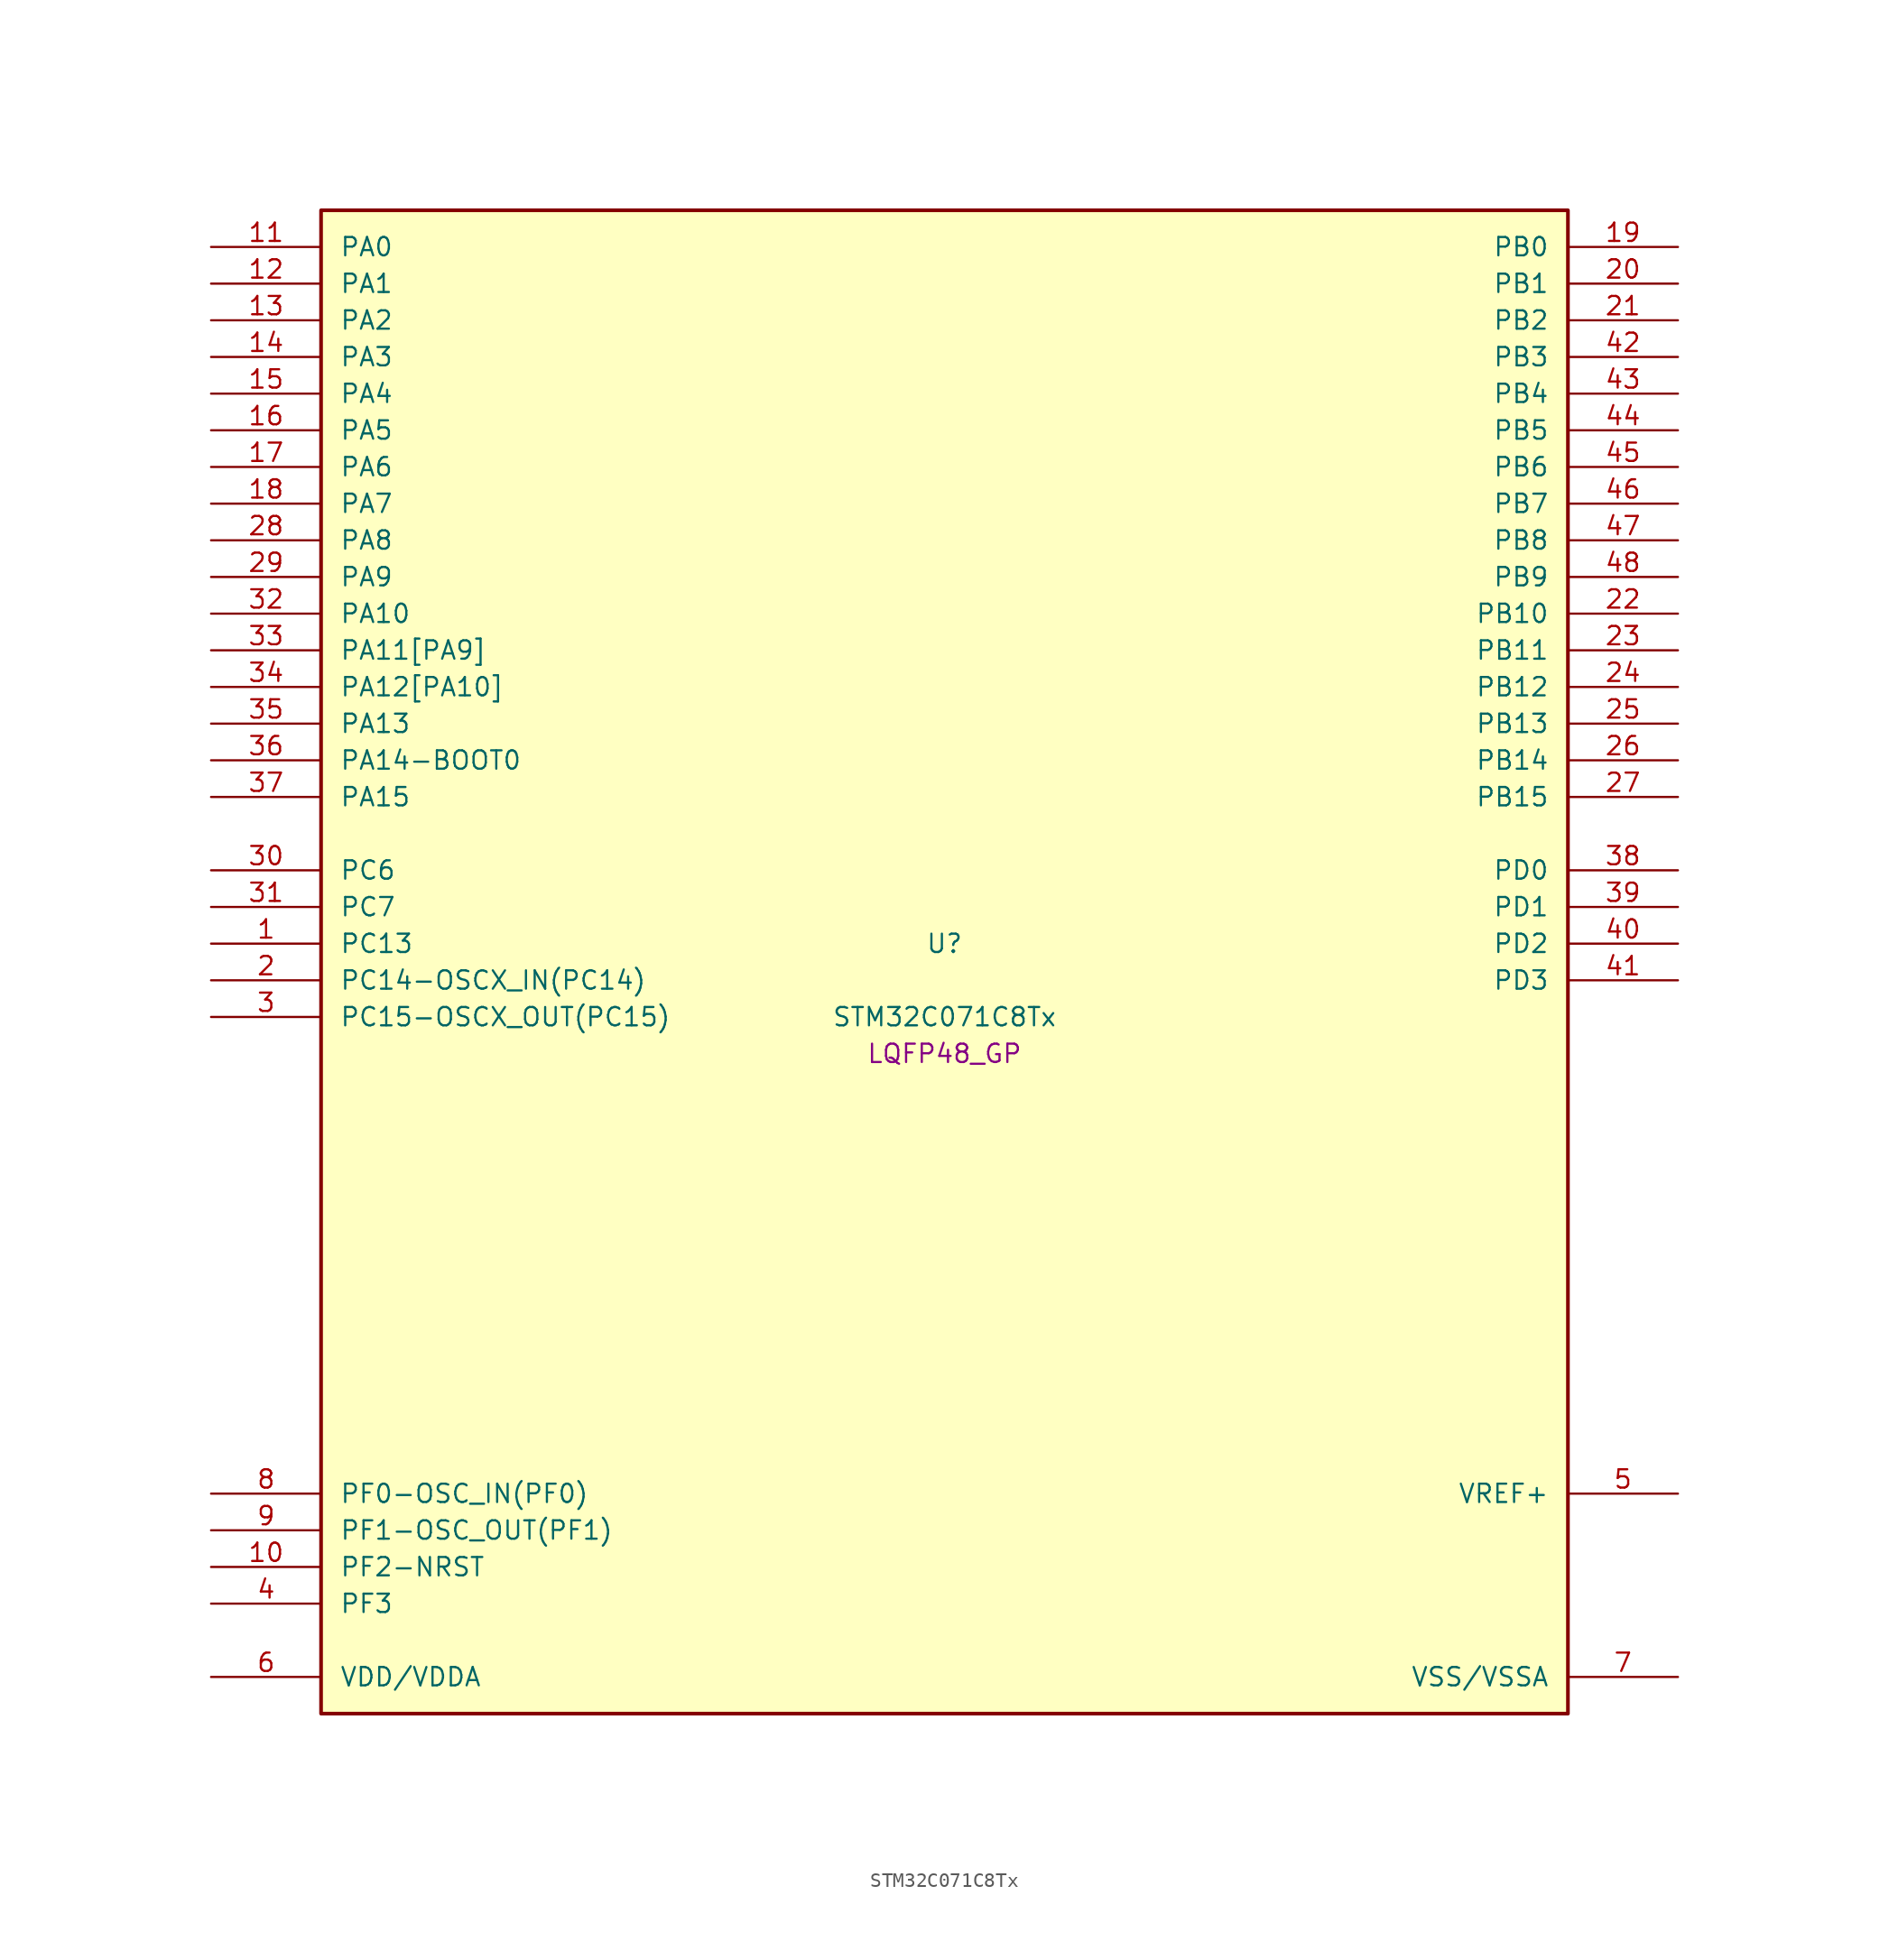
<source format=kicad_sym>
(kicad_symbol_lib
  (version 20241209)
  (generator "stm32_pkl_generator")
  (generator_version "1.0")
  (symbol "STM32C071C8Tx"
    (pin_names
      (offset 1.27))
    (property "Reference" "U"
      (at 0 2.54 0))
    (property "Value" "STM32C071C8Tx"
      (at 0 -2.54 0))
    (property "Footprint" "LQFP48_GP"
      (at 0 -5.08 0))
    (symbol "STM32C071C8Tx_1_1"
      (rectangle (start -43.18 53.34) (end 43.18 -50.8) (stroke (width 0.254) (type solid)) (fill (type background)))
      (pin bidirectional line (at -50.8 50.8 0) (length 7.62) (name "PA0") (number "11") (alternate "PA0/ADC1_IN0" bidirectional line) (alternate "PA0/PWR_WKUP1" bidirectional line) (alternate "PA0/SPI2_SCK" bidirectional line) (alternate "PA0/TIM16_CH1" bidirectional line) (alternate "PA0/TIM1_CH1" bidirectional line) (alternate "PA0/TIM2_CH1" bidirectional line) (alternate "PA0/TIM2_ETR" bidirectional line) (alternate "PA0/USART1_TX" bidirectional line) (alternate "PA0/USART2_CTS" bidirectional line) (alternate "PA0/USART2_NSS" bidirectional line))
      (pin bidirectional line (at -50.8 48.26 0) (length 7.62) (name "PA1") (number "12") (alternate "PA1/ADC1_IN1" bidirectional line) (alternate "PA1/I2C1_SMBA" bidirectional line) (alternate "PA1/I2S1_CK" bidirectional line) (alternate "PA1/SPI1_SCK" bidirectional line) (alternate "PA1/TIM17_CH1" bidirectional line) (alternate "PA1/TIM1_CH2" bidirectional line) (alternate "PA1/TIM2_CH2" bidirectional line) (alternate "PA1/USART1_RX" bidirectional line) (alternate "PA1/USART2_CK" bidirectional line) (alternate "PA1/USART2_DE" bidirectional line) (alternate "PA1/USART2_RTS" bidirectional line))
      (pin bidirectional line (at -50.8 45.72 0) (length 7.62) (name "PA2") (number "13") (alternate "PA2/ADC1_IN2" bidirectional line) (alternate "PA2/I2S1_SD" bidirectional line) (alternate "PA2/PWR_WKUP4" bidirectional line) (alternate "PA2/RCC_LSCO" bidirectional line) (alternate "PA2/SPI1_MOSI" bidirectional line) (alternate "PA2/TIM16_CH1N" bidirectional line) (alternate "PA2/TIM1_CH3" bidirectional line) (alternate "PA2/TIM2_CH3" bidirectional line) (alternate "PA2/TIM3_ETR" bidirectional line) (alternate "PA2/USART2_TX" bidirectional line))
      (pin bidirectional line (at -50.8 43.18 0) (length 7.62) (name "PA3") (number "14") (alternate "PA3/ADC1_IN3" bidirectional line) (alternate "PA3/SPI2_MISO" bidirectional line) (alternate "PA3/TIM1_CH1N" bidirectional line) (alternate "PA3/TIM1_CH4" bidirectional line) (alternate "PA3/TIM2_CH4" bidirectional line) (alternate "PA3/USART2_RX" bidirectional line))
      (pin bidirectional line (at -50.8 40.64 0) (length 7.62) (name "PA4") (number "15") (alternate "PA4/ADC1_IN4" bidirectional line) (alternate "PA4/I2S1_WS" bidirectional line) (alternate "PA4/RTC_OUT2" bidirectional line) (alternate "PA4/SPI1_NSS" bidirectional line) (alternate "PA4/SPI2_MOSI" bidirectional line) (alternate "PA4/TIM14_CH1" bidirectional line) (alternate "PA4/TIM17_CH1N" bidirectional line) (alternate "PA4/TIM1_CH2N" bidirectional line) (alternate "PA4/USART2_TX" bidirectional line) (alternate "PA4/USB_NOE" bidirectional line))
      (pin bidirectional line (at -50.8 38.1 0) (length 7.62) (name "PA5") (number "16") (alternate "PA5/ADC1_IN5" bidirectional line) (alternate "PA5/I2S1_CK" bidirectional line) (alternate "PA5/SPI1_SCK" bidirectional line) (alternate "PA5/TIM1_CH1" bidirectional line) (alternate "PA5/TIM1_CH3N" bidirectional line) (alternate "PA5/TIM2_CH1" bidirectional line) (alternate "PA5/TIM2_ETR" bidirectional line) (alternate "PA5/USART2_RX" bidirectional line))
      (pin bidirectional line (at -50.8 35.56 0) (length 7.62) (name "PA6") (number "17") (alternate "PA6/ADC1_IN6" bidirectional line) (alternate "PA6/I2C2_SDA" bidirectional line) (alternate "PA6/I2S1_MCK" bidirectional line) (alternate "PA6/SPI1_MISO" bidirectional line) (alternate "PA6/TIM16_CH1" bidirectional line) (alternate "PA6/TIM1_BKIN" bidirectional line) (alternate "PA6/TIM3_CH1" bidirectional line))
      (pin bidirectional line (at -50.8 33.02 0) (length 7.62) (name "PA7") (number "18") (alternate "PA7/ADC1_IN7" bidirectional line) (alternate "PA7/I2C2_SCL" bidirectional line) (alternate "PA7/I2S1_SD" bidirectional line) (alternate "PA7/SPI1_MOSI" bidirectional line) (alternate "PA7/TIM14_CH1" bidirectional line) (alternate "PA7/TIM17_CH1" bidirectional line) (alternate "PA7/TIM1_CH1N" bidirectional line) (alternate "PA7/TIM3_CH2" bidirectional line))
      (pin bidirectional line (at -50.8 30.48 0) (length 7.62) (name "PA8") (number "28") (alternate "PA8/ADC1_IN8" bidirectional line) (alternate "PA8/CRS_SYNC" bidirectional line) (alternate "PA8/I2S1_WS" bidirectional line) (alternate "PA8/RCC_MCO" bidirectional line) (alternate "PA8/RCC_MCO_2" bidirectional line) (alternate "PA8/SPI1_NSS" bidirectional line) (alternate "PA8/SPI2_MISO" bidirectional line) (alternate "PA8/SPI2_NSS" bidirectional line) (alternate "PA8/TIM14_CH1" bidirectional line) (alternate "PA8/TIM1_CH1" bidirectional line) (alternate "PA8/TIM1_CH2N" bidirectional line) (alternate "PA8/TIM1_CH3N" bidirectional line) (alternate "PA8/TIM3_CH3" bidirectional line) (alternate "PA8/TIM3_CH4" bidirectional line) (alternate "PA8/USART1_RX" bidirectional line) (alternate "PA8/USART2_TX" bidirectional line))
      (pin bidirectional line (at -50.8 27.94 0) (length 7.62) (name "PA9") (number "29") (alternate "PA9/I2C1_SCL" bidirectional line) (alternate "PA9/I2C2_SCL" bidirectional line) (alternate "PA9/RCC_MCO" bidirectional line) (alternate "PA9/SPI2_MISO" bidirectional line) (alternate "PA9/TIM1_CH2" bidirectional line) (alternate "PA9/TIM3_ETR" bidirectional line) (alternate "PA9/USART1_TX" bidirectional line) (alternate "PA9/NC" bidirectional line))
      (pin bidirectional line (at -50.8 25.4 0) (length 7.62) (name "PA10") (number "32") (alternate "PA10/I2C1_SDA" bidirectional line) (alternate "PA10/I2C2_SDA" bidirectional line) (alternate "PA10/RCC_MCO_2" bidirectional line) (alternate "PA10/SPI2_MOSI" bidirectional line) (alternate "PA10/TIM17_BKIN" bidirectional line) (alternate "PA10/TIM1_CH3" bidirectional line) (alternate "PA10/USART1_RX" bidirectional line) (alternate "PA10/NC" bidirectional line))
      (pin bidirectional line (at -50.8 22.86 0) (length 7.62) (name "PA11[PA9]") (number "33") (alternate "PA11[PA9]/ADC1_EXTI11" bidirectional line) (alternate "PA11[PA9]/I2C2_SCL" bidirectional line) (alternate "PA11[PA9]/I2S1_MCK" bidirectional line) (alternate "PA11[PA9]/SPI1_MISO" bidirectional line) (alternate "PA11[PA9]/TIM1_BKIN2" bidirectional line) (alternate "PA11[PA9]/TIM1_CH4" bidirectional line) (alternate "PA11[PA9]/USART1_CTS" bidirectional line) (alternate "PA11[PA9]/USART1_NSS" bidirectional line) (alternate "PA11[PA9]/USB_DM" bidirectional line) (alternate "PA11[PA9]/PA9[PA11]" bidirectional line) (alternate "PA11[PA9]/I2C1_SCL" bidirectional line) (alternate "PA11[PA9]/RCC_MCO" bidirectional line) (alternate "PA11[PA9]/SPI2_MISO" bidirectional line) (alternate "PA11[PA9]/TIM1_CH2" bidirectional line) (alternate "PA11[PA9]/TIM3_ETR" bidirectional line) (alternate "PA11[PA9]/USART1_TX" bidirectional line))
      (pin bidirectional line (at -50.8 20.32 0) (length 7.62) (name "PA12[PA10]") (number "34") (alternate "PA12[PA10]/I2C2_SDA" bidirectional line) (alternate "PA12[PA10]/I2S1_SD" bidirectional line) (alternate "PA12[PA10]/I2S_CKIN" bidirectional line) (alternate "PA12[PA10]/SPI1_MOSI" bidirectional line) (alternate "PA12[PA10]/TIM1_ETR" bidirectional line) (alternate "PA12[PA10]/USART1_CK" bidirectional line) (alternate "PA12[PA10]/USART1_DE" bidirectional line) (alternate "PA12[PA10]/USART1_RTS" bidirectional line) (alternate "PA12[PA10]/USB_DP" bidirectional line) (alternate "PA12[PA10]/PA10[PA12]" bidirectional line) (alternate "PA12[PA10]/I2C1_SDA" bidirectional line) (alternate "PA12[PA10]/RCC_MCO_2" bidirectional line) (alternate "PA12[PA10]/SPI2_MOSI" bidirectional line) (alternate "PA12[PA10]/TIM17_BKIN" bidirectional line) (alternate "PA12[PA10]/TIM1_CH3" bidirectional line) (alternate "PA12[PA10]/USART1_RX" bidirectional line))
      (pin bidirectional line (at -50.8 17.78 0) (length 7.62) (name "PA13") (number "35") (alternate "PA13/ADC1_IN13" bidirectional line) (alternate "PA13/DEBUG_SWDIO" bidirectional line) (alternate "PA13/IR_OUT" bidirectional line) (alternate "PA13/TIM3_ETR" bidirectional line) (alternate "PA13/USART2_RX" bidirectional line) (alternate "PA13/USB_NOE" bidirectional line))
      (pin bidirectional line (at -50.8 15.24 0) (length 7.62) (name "PA14-BOOT0") (number "36") (alternate "PA14-BOOT0/ADC1_IN14" bidirectional line) (alternate "PA14-BOOT0/DEBUG_SWCLK" bidirectional line) (alternate "PA14-BOOT0/I2S1_WS" bidirectional line) (alternate "PA14-BOOT0/RCC_MCO_2" bidirectional line) (alternate "PA14-BOOT0/SPI1_NSS" bidirectional line) (alternate "PA14-BOOT0/TIM1_CH1" bidirectional line) (alternate "PA14-BOOT0/USART1_CK" bidirectional line) (alternate "PA14-BOOT0/USART1_DE" bidirectional line) (alternate "PA14-BOOT0/USART1_RTS" bidirectional line) (alternate "PA14-BOOT0/USART2_RX" bidirectional line) (alternate "PA14-BOOT0/USART2_TX" bidirectional line))
      (pin bidirectional line (at -50.8 12.7 0) (length 7.62) (name "PA15") (number "37") (alternate "PA15/I2S1_WS" bidirectional line) (alternate "PA15/RCC_MCO_2" bidirectional line) (alternate "PA15/SPI1_NSS" bidirectional line) (alternate "PA15/TIM1_CH1" bidirectional line) (alternate "PA15/TIM2_CH1" bidirectional line) (alternate "PA15/TIM2_ETR" bidirectional line) (alternate "PA15/USART1_CK" bidirectional line) (alternate "PA15/USART1_DE" bidirectional line) (alternate "PA15/USART1_RTS" bidirectional line) (alternate "PA15/USART2_RX" bidirectional line) (alternate "PA15/USB_NOE" bidirectional line))
      (pin bidirectional line (at 50.8 50.8 180) (length 7.62) (name "PB0") (number "19") (alternate "PB0/ADC1_IN17" bidirectional line) (alternate "PB0/I2S1_WS" bidirectional line) (alternate "PB0/SPI1_NSS" bidirectional line) (alternate "PB0/TIM1_CH2N" bidirectional line) (alternate "PB0/TIM3_CH3" bidirectional line))
      (pin bidirectional line (at 50.8 48.26 180) (length 7.62) (name "PB1") (number "20") (alternate "PB1/ADC1_IN18" bidirectional line) (alternate "PB1/TIM14_CH1" bidirectional line) (alternate "PB1/TIM1_CH2N" bidirectional line) (alternate "PB1/TIM1_CH3N" bidirectional line) (alternate "PB1/TIM3_CH4" bidirectional line))
      (pin bidirectional line (at 50.8 45.72 180) (length 7.62) (name "PB2") (number "21") (alternate "PB2/ADC1_IN19" bidirectional line) (alternate "PB2/RCC_MCO_2" bidirectional line) (alternate "PB2/SPI2_MISO" bidirectional line) (alternate "PB2/USART1_RX" bidirectional line))
      (pin bidirectional line (at 50.8 43.18 180) (length 7.62) (name "PB3") (number "42") (alternate "PB3/I2C2_SCL" bidirectional line) (alternate "PB3/I2S1_CK" bidirectional line) (alternate "PB3/SPI1_SCK" bidirectional line) (alternate "PB3/TIM1_CH2" bidirectional line) (alternate "PB3/TIM2_CH2" bidirectional line) (alternate "PB3/TIM3_CH2" bidirectional line) (alternate "PB3/USART1_CK" bidirectional line) (alternate "PB3/USART1_DE" bidirectional line) (alternate "PB3/USART1_RTS" bidirectional line))
      (pin bidirectional line (at 50.8 40.64 180) (length 7.62) (name "PB4") (number "43") (alternate "PB4/I2C2_SDA" bidirectional line) (alternate "PB4/I2S1_MCK" bidirectional line) (alternate "PB4/SPI1_MISO" bidirectional line) (alternate "PB4/TIM17_BKIN" bidirectional line) (alternate "PB4/TIM3_CH1" bidirectional line) (alternate "PB4/USART1_CTS" bidirectional line) (alternate "PB4/USART1_NSS" bidirectional line))
      (pin bidirectional line (at 50.8 38.1 180) (length 7.62) (name "PB5") (number "44") (alternate "PB5/I2C1_SMBA" bidirectional line) (alternate "PB5/I2S1_SD" bidirectional line) (alternate "PB5/PWR_WKUP6" bidirectional line) (alternate "PB5/SPI1_MOSI" bidirectional line) (alternate "PB5/TIM16_BKIN" bidirectional line) (alternate "PB5/TIM3_CH2" bidirectional line) (alternate "PB5/TIM3_CH3" bidirectional line))
      (pin bidirectional line (at 50.8 35.56 180) (length 7.62) (name "PB6") (number "45") (alternate "PB6/I2C1_SCL" bidirectional line) (alternate "PB6/I2C1_SMBA" bidirectional line) (alternate "PB6/I2S1_CK" bidirectional line) (alternate "PB6/I2S1_MCK" bidirectional line) (alternate "PB6/I2S1_SD" bidirectional line) (alternate "PB6/PWR_WKUP3" bidirectional line) (alternate "PB6/SPI1_MISO" bidirectional line) (alternate "PB6/SPI1_MOSI" bidirectional line) (alternate "PB6/SPI1_SCK" bidirectional line) (alternate "PB6/SPI2_MISO" bidirectional line) (alternate "PB6/TIM16_BKIN" bidirectional line) (alternate "PB6/TIM16_CH1N" bidirectional line) (alternate "PB6/TIM17_BKIN" bidirectional line) (alternate "PB6/TIM1_CH2" bidirectional line) (alternate "PB6/TIM1_CH3" bidirectional line) (alternate "PB6/TIM3_CH1" bidirectional line) (alternate "PB6/TIM3_CH2" bidirectional line) (alternate "PB6/TIM3_CH3" bidirectional line) (alternate "PB6/USART1_CTS" bidirectional line) (alternate "PB6/USART1_NSS" bidirectional line) (alternate "PB6/USART1_TX" bidirectional line))
      (pin bidirectional line (at 50.8 33.02 180) (length 7.62) (name "PB7") (number "46") (alternate "PB7/I2C1_SCL" bidirectional line) (alternate "PB7/I2C1_SDA" bidirectional line) (alternate "PB7/SPI2_MOSI" bidirectional line) (alternate "PB7/TIM16_CH1" bidirectional line) (alternate "PB7/TIM17_CH1N" bidirectional line) (alternate "PB7/TIM1_CH4" bidirectional line) (alternate "PB7/TIM3_CH1" bidirectional line) (alternate "PB7/TIM3_CH4" bidirectional line) (alternate "PB7/USART1_RX" bidirectional line) (alternate "PB7/USART2_CTS" bidirectional line) (alternate "PB7/USART2_NSS" bidirectional line))
      (pin bidirectional line (at 50.8 30.48 180) (length 7.62) (name "PB8") (number "47") (alternate "PB8/I2C1_SCL" bidirectional line) (alternate "PB8/SPI2_SCK" bidirectional line) (alternate "PB8/TIM16_CH1" bidirectional line) (alternate "PB8/TIM3_CH1" bidirectional line) (alternate "PB8/USART2_CTS" bidirectional line) (alternate "PB8/USART2_NSS" bidirectional line))
      (pin bidirectional line (at 50.8 27.94 180) (length 7.62) (name "PB9") (number "48") (alternate "PB9/I2C1_SDA" bidirectional line) (alternate "PB9/IR_OUT" bidirectional line) (alternate "PB9/SPI2_NSS" bidirectional line) (alternate "PB9/TIM17_CH1" bidirectional line) (alternate "PB9/TIM3_CH2" bidirectional line) (alternate "PB9/USART2_CK" bidirectional line) (alternate "PB9/USART2_DE" bidirectional line) (alternate "PB9/USART2_RTS" bidirectional line))
      (pin bidirectional line (at 50.8 25.4 180) (length 7.62) (name "PB10") (number "22") (alternate "PB10/ADC1_IN20" bidirectional line) (alternate "PB10/I2C2_SCL" bidirectional line) (alternate "PB10/SPI2_SCK" bidirectional line) (alternate "PB10/TIM2_CH3" bidirectional line))
      (pin bidirectional line (at 50.8 22.86 180) (length 7.62) (name "PB11") (number "23") (alternate "PB11/ADC1_EXTI11" bidirectional line) (alternate "PB11/ADC1_IN21" bidirectional line) (alternate "PB11/I2C2_SDA" bidirectional line) (alternate "PB11/SPI2_MOSI" bidirectional line) (alternate "PB11/TIM2_CH4" bidirectional line))
      (pin bidirectional line (at 50.8 20.32 180) (length 7.62) (name "PB12") (number "24") (alternate "PB12/ADC1_IN22" bidirectional line) (alternate "PB12/SPI2_NSS" bidirectional line) (alternate "PB12/TIM1_BKIN" bidirectional line) (alternate "PB12/TIM1_BKIN2" bidirectional line))
      (pin bidirectional line (at 50.8 17.78 180) (length 7.62) (name "PB13") (number "25") (alternate "PB13/I2C2_SCL" bidirectional line) (alternate "PB13/SPI2_SCK" bidirectional line) (alternate "PB13/TIM1_CH1N" bidirectional line))
      (pin bidirectional line (at 50.8 15.24 180) (length 7.62) (name "PB14") (number "26") (alternate "PB14/I2C2_SDA" bidirectional line) (alternate "PB14/SPI2_MISO" bidirectional line) (alternate "PB14/TIM1_CH2N" bidirectional line))
      (pin bidirectional line (at 50.8 12.7 180) (length 7.62) (name "PB15") (number "27") (alternate "PB15/RTC_REFIN" bidirectional line) (alternate "PB15/SPI2_MOSI" bidirectional line) (alternate "PB15/TIM1_CH3N" bidirectional line))
      (pin bidirectional line (at -50.8 7.62 0) (length 7.62) (name "PC6") (number "30") (alternate "PC6/TIM2_CH3" bidirectional line) (alternate "PC6/TIM3_CH1" bidirectional line))
      (pin bidirectional line (at -50.8 5.08 0) (length 7.62) (name "PC7") (number "31") (alternate "PC7/TIM2_CH4" bidirectional line) (alternate "PC7/TIM3_CH2" bidirectional line))
      (pin bidirectional line (at -50.8 2.54 0) (length 7.62) (name "PC13") (number "1") (alternate "PC13/PWR_WKUP2" bidirectional line) (alternate "PC13/RTC_OUT1" bidirectional line) (alternate "PC13/RTC_TS" bidirectional line) (alternate "PC13/TIM1_BKIN" bidirectional line) (alternate "PC13/TIM1_ETR" bidirectional line))
      (pin bidirectional line (at -50.8 0 0) (length 7.62) (name "PC14-OSCX_IN(PC14)") (number "2") (alternate "PC14-OSCX_IN(PC14)/I2C1_SDA" bidirectional line) (alternate "PC14-OSCX_IN(PC14)/IR_OUT" bidirectional line) (alternate "PC14-OSCX_IN(PC14)/RCC_OSCX_IN" bidirectional line) (alternate "PC14-OSCX_IN(PC14)/SPI2_NSS" bidirectional line) (alternate "PC14-OSCX_IN(PC14)/TIM17_CH1" bidirectional line) (alternate "PC14-OSCX_IN(PC14)/TIM1_BKIN2" bidirectional line) (alternate "PC14-OSCX_IN(PC14)/TIM1_ETR" bidirectional line) (alternate "PC14-OSCX_IN(PC14)/TIM3_CH2" bidirectional line) (alternate "PC14-OSCX_IN(PC14)/USART1_TX" bidirectional line) (alternate "PC14-OSCX_IN(PC14)/USART2_CK" bidirectional line) (alternate "PC14-OSCX_IN(PC14)/USART2_DE" bidirectional line) (alternate "PC14-OSCX_IN(PC14)/USART2_RTS" bidirectional line))
      (pin bidirectional line (at -50.8 -2.54 0) (length 7.62) (name "PC15-OSCX_OUT(PC15)") (number "3") (alternate "PC15-OSCX_OUT(PC15)/RCC_OSC32_EN" bidirectional line) (alternate "PC15-OSCX_OUT(PC15)/RCC_OSCX_OUT" bidirectional line) (alternate "PC15-OSCX_OUT(PC15)/RCC_OSC_EN" bidirectional line) (alternate "PC15-OSCX_OUT(PC15)/TIM1_ETR" bidirectional line) (alternate "PC15-OSCX_OUT(PC15)/TIM3_CH3" bidirectional line))
      (pin bidirectional line (at 50.8 7.62 180) (length 7.62) (name "PD0") (number "38") (alternate "PD0/SPI2_NSS" bidirectional line) (alternate "PD0/TIM16_CH1" bidirectional line))
      (pin bidirectional line (at 50.8 5.08 180) (length 7.62) (name "PD1") (number "39") (alternate "PD1/SPI2_SCK" bidirectional line) (alternate "PD1/TIM17_CH1" bidirectional line))
      (pin bidirectional line (at 50.8 2.54 180) (length 7.62) (name "PD2") (number "40") (alternate "PD2/TIM1_CH1N" bidirectional line) (alternate "PD2/TIM3_ETR" bidirectional line))
      (pin bidirectional line (at 50.8 0 180) (length 7.62) (name "PD3") (number "41") (alternate "PD3/SPI2_MISO" bidirectional line) (alternate "PD3/TIM1_CH2N" bidirectional line) (alternate "PD3/USART2_CTS" bidirectional line) (alternate "PD3/USART2_NSS" bidirectional line))
      (pin bidirectional line (at -50.8 -35.56 0) (length 7.62) (name "PF0-OSC_IN(PF0)") (number "8") (alternate "PF0-OSC_IN(PF0)/CRS_SYNC" bidirectional line) (alternate "PF0-OSC_IN(PF0)/RCC_OSC_IN" bidirectional line) (alternate "PF0-OSC_IN(PF0)/TIM14_CH1" bidirectional line))
      (pin bidirectional line (at -50.8 -38.1 0) (length 7.62) (name "PF1-OSC_OUT(PF1)") (number "9") (alternate "PF1-OSC_OUT(PF1)/RCC_OSC_EN" bidirectional line) (alternate "PF1-OSC_OUT(PF1)/RCC_OSC_OUT" bidirectional line))
      (pin bidirectional line (at -50.8 -40.64 0) (length 7.62) (name "PF2-NRST") (number "10") (alternate "PF2-NRST/RCC_MCO" bidirectional line) (alternate "PF2-NRST/TIM1_CH4" bidirectional line))
      (pin bidirectional line (at -50.8 -43.18 0) (length 7.62) (name "PF3") (number "4"))
      (pin bidirectional line (at 50.8 -35.56 180) (length 7.62) (name "VREF+") (number "5"))
      (pin power_in line (at -50.8 -48.26 0) (length 7.62) (name "VDD/VDDA") (number "6"))
      (pin power_in line (at 50.8 -48.26 180) (length 7.62) (name "VSS/VSSA") (number "7")))))
</source>
